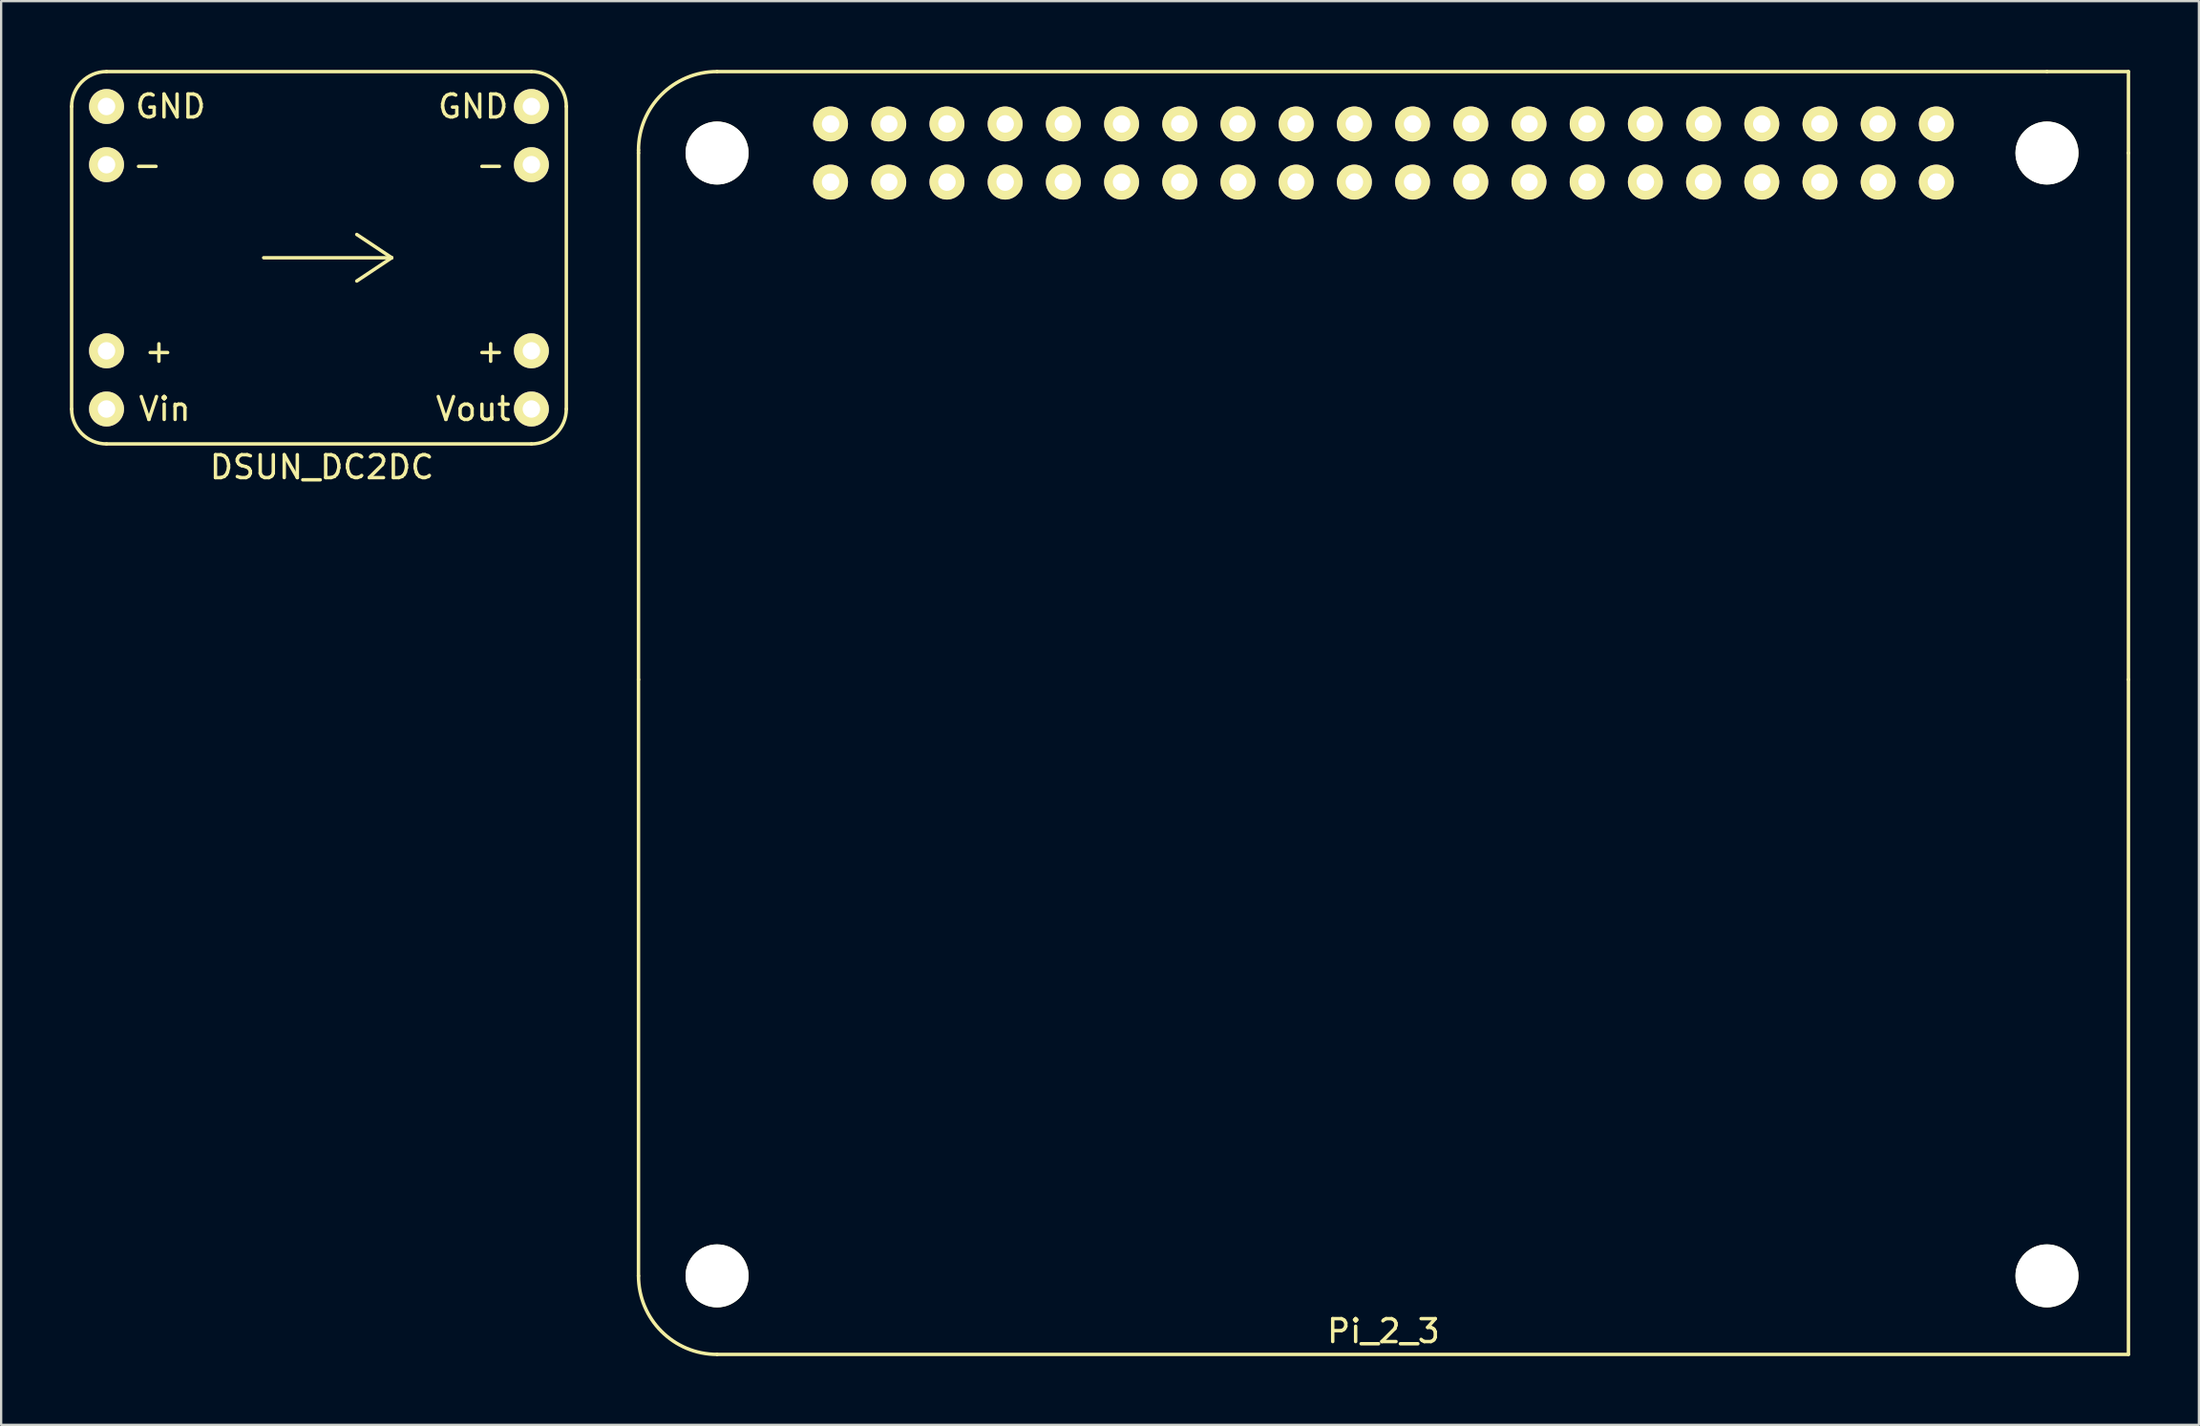
<source format=kicad_pcb>
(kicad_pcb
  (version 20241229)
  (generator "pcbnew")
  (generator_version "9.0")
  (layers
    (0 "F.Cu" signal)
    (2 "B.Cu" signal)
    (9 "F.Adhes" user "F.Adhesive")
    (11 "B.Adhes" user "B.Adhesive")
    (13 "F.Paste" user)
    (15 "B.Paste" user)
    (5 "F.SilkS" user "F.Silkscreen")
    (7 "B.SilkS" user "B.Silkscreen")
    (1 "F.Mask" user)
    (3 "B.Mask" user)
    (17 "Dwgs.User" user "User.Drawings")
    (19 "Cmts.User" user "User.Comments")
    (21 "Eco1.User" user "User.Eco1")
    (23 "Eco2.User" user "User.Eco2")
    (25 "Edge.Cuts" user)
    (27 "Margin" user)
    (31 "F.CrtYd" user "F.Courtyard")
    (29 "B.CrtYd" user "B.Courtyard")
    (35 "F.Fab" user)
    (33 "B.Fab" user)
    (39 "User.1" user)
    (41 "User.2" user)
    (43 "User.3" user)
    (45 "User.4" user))
  (footprint "Pi_2_3"
    (layer "F.Cu")
    (at 57.327 13.283)
    (property "Reference" "Pi_2_3" (at 0 41.783 0) (layer "F.SilkS") (effects (font (size 1 1) (thickness 0.15))))
    (attr through_hole)
    (fp_line (start -32.512 -9.779) (end -32.512 -9.652) (stroke (width 0.15) (type solid)) (layer "F.SilkS"))
    (fp_line (start -32.512 -9.652) (end -32.512 13.335) (stroke (width 0.15) (type solid)) (layer "F.SilkS"))
    (fp_line (start -32.512 39.37) (end -32.512 13.335) (stroke (width 0.15) (type solid)) (layer "F.SilkS"))
    (fp_line (start -29.083 -13.208) (end 28.956 -13.208) (stroke (width 0.15) (type solid)) (layer "F.SilkS"))
    (fp_line (start -29.083 42.799) (end 32.512 42.799) (stroke (width 0.15) (type solid)) (layer "F.SilkS"))
    (fp_line (start 32.512 -13.208) (end 28.956 -13.208) (stroke (width 0.15) (type solid)) (layer "F.SilkS"))
    (fp_line (start 32.512 -9.652) (end 32.512 -13.208) (stroke (width 0.15) (type solid)) (layer "F.SilkS"))
    (fp_line (start 32.512 -9.652) (end 32.512 13.335) (stroke (width 0.15) (type solid)) (layer "F.SilkS"))
    (fp_line (start 32.512 42.799) (end 32.512 13.335) (stroke (width 0.15) (type solid)) (layer "F.SilkS"))
    (fp_arc (start -32.512 -9.779) (mid -31.507669 -12.203669) (end -29.083 -13.208) (stroke (width 0.15) (type solid)) (layer "F.SilkS"))
    (fp_arc (start -29.083 42.799) (mid -31.507669 41.794669) (end -32.512 39.37) (stroke (width 0.15) (type solid)) (layer "F.SilkS"))
    (pad "" np_thru_hole circle (at -29.083 -9.652) (size 2.75 2.75) (drill 2.75) (layers "*.Cu" "*.Mask" "F.SilkS"))
    (pad "" np_thru_hole circle (at -29.083 39.37) (size 2.75 2.75) (drill 2.75) (layers "*.Cu" "*.Mask" "F.SilkS"))
    (pad "" np_thru_hole circle (at 28.956 -9.652) (size 2.75 2.75) (drill 2.75) (layers "*.Cu" "*.Mask" "F.SilkS"))
    (pad "" np_thru_hole circle (at 28.956 39.37) (size 2.75 2.75) (drill 2.75) (layers "*.Cu" "*.Mask" "F.SilkS"))
    (pad "1" thru_hole circle (at -24.13 -8.382) (size 1.524 1.524) (drill 0.762) (layers "*.Cu" "*.Mask" "F.SilkS"))
    (pad "2" thru_hole circle (at -24.13 -10.922) (size 1.524 1.524) (drill 0.762) (layers "*.Cu" "*.Mask" "F.SilkS"))
    (pad "3" thru_hole circle (at -21.59 -8.382) (size 1.524 1.524) (drill 0.762) (layers "*.Cu" "*.Mask" "F.SilkS"))
    (pad "4" thru_hole circle (at -21.59 -10.922) (size 1.524 1.524) (drill 0.762) (layers "*.Cu" "*.Mask" "F.SilkS"))
    (pad "5" thru_hole circle (at -19.05 -8.382) (size 1.524 1.524) (drill 0.762) (layers "*.Cu" "*.Mask" "F.SilkS"))
    (pad "6" thru_hole circle (at -19.05 -10.922) (size 1.524 1.524) (drill 0.762) (layers "*.Cu" "*.Mask" "F.SilkS"))
    (pad "7" thru_hole circle (at -16.51 -8.382) (size 1.524 1.524) (drill 0.762) (layers "*.Cu" "*.Mask" "F.SilkS"))
    (pad "8" thru_hole circle (at -16.51 -10.922) (size 1.524 1.524) (drill 0.762) (layers "*.Cu" "*.Mask" "F.SilkS"))
    (pad "9" thru_hole circle (at -13.97 -8.382) (size 1.524 1.524) (drill 0.762) (layers "*.Cu" "*.Mask" "F.SilkS"))
    (pad "10" thru_hole circle (at -13.97 -10.922) (size 1.524 1.524) (drill 0.762) (layers "*.Cu" "*.Mask" "F.SilkS"))
    (pad "11" thru_hole circle (at -11.43 -8.382) (size 1.524 1.524) (drill 0.762) (layers "*.Cu" "*.Mask" "F.SilkS"))
    (pad "12" thru_hole circle (at -11.43 -10.922) (size 1.524 1.524) (drill 0.762) (layers "*.Cu" "*.Mask" "F.SilkS"))
    (pad "13" thru_hole circle (at -8.89 -8.382) (size 1.524 1.524) (drill 0.762) (layers "*.Cu" "*.Mask" "F.SilkS"))
    (pad "14" thru_hole circle (at -8.89 -10.922) (size 1.524 1.524) (drill 0.762) (layers "*.Cu" "*.Mask" "F.SilkS"))
    (pad "15" thru_hole circle (at -6.35 -8.382) (size 1.524 1.524) (drill 0.762) (layers "*.Cu" "*.Mask" "F.SilkS"))
    (pad "16" thru_hole circle (at -6.35 -10.922) (size 1.524 1.524) (drill 0.762) (layers "*.Cu" "*.Mask" "F.SilkS"))
    (pad "17" thru_hole circle (at -3.81 -8.382) (size 1.524 1.524) (drill 0.762) (layers "*.Cu" "*.Mask" "F.SilkS"))
    (pad "18" thru_hole circle (at -3.81 -10.922) (size 1.524 1.524) (drill 0.762) (layers "*.Cu" "*.Mask" "F.SilkS"))
    (pad "19" thru_hole circle (at -1.27 -8.382) (size 1.524 1.524) (drill 0.762) (layers "*.Cu" "*.Mask" "F.SilkS"))
    (pad "20" thru_hole circle (at -1.27 -10.922) (size 1.524 1.524) (drill 0.762) (layers "*.Cu" "*.Mask" "F.SilkS"))
    (pad "21" thru_hole circle (at 1.27 -8.382) (size 1.524 1.524) (drill 0.762) (layers "*.Cu" "*.Mask" "F.SilkS"))
    (pad "22" thru_hole circle (at 1.27 -10.922) (size 1.524 1.524) (drill 0.762) (layers "*.Cu" "*.Mask" "F.SilkS"))
    (pad "23" thru_hole circle (at 3.81 -8.382) (size 1.524 1.524) (drill 0.762) (layers "*.Cu" "*.Mask" "F.SilkS"))
    (pad "24" thru_hole circle (at 3.81 -10.922) (size 1.524 1.524) (drill 0.762) (layers "*.Cu" "*.Mask" "F.SilkS"))
    (pad "25" thru_hole circle (at 6.35 -8.382) (size 1.524 1.524) (drill 0.762) (layers "*.Cu" "*.Mask" "F.SilkS"))
    (pad "26" thru_hole circle (at 6.35 -10.922) (size 1.524 1.524) (drill 0.762) (layers "*.Cu" "*.Mask" "F.SilkS"))
    (pad "27" thru_hole circle (at 8.89 -8.382) (size 1.524 1.524) (drill 0.762) (layers "*.Cu" "*.Mask" "F.SilkS"))
    (pad "28" thru_hole circle (at 8.89 -10.922) (size 1.524 1.524) (drill 0.762) (layers "*.Cu" "*.Mask" "F.SilkS"))
    (pad "29" thru_hole circle (at 11.43 -8.382) (size 1.524 1.524) (drill 0.762) (layers "*.Cu" "*.Mask" "F.SilkS"))
    (pad "30" thru_hole circle (at 11.43 -10.922) (size 1.524 1.524) (drill 0.762) (layers "*.Cu" "*.Mask" "F.SilkS"))
    (pad "31" thru_hole circle (at 13.97 -8.382) (size 1.524 1.524) (drill 0.762) (layers "*.Cu" "*.Mask" "F.SilkS"))
    (pad "32" thru_hole circle (at 13.97 -10.922) (size 1.524 1.524) (drill 0.762) (layers "*.Cu" "*.Mask" "F.SilkS"))
    (pad "33" thru_hole circle (at 16.51 -8.382) (size 1.524 1.524) (drill 0.762) (layers "*.Cu" "*.Mask" "F.SilkS"))
    (pad "34" thru_hole circle (at 16.51 -10.922) (size 1.524 1.524) (drill 0.762) (layers "*.Cu" "*.Mask" "F.SilkS"))
    (pad "35" thru_hole circle (at 19.05 -8.382) (size 1.524 1.524) (drill 0.762) (layers "*.Cu" "*.Mask" "F.SilkS"))
    (pad "36" thru_hole circle (at 19.05 -10.922) (size 1.524 1.524) (drill 0.762) (layers "*.Cu" "*.Mask" "F.SilkS"))
    (pad "37" thru_hole circle (at 21.59 -8.382) (size 1.524 1.524) (drill 0.762) (layers "*.Cu" "*.Mask" "F.SilkS"))
    (pad "38" thru_hole circle (at 21.59 -10.922) (size 1.524 1.524) (drill 0.762) (layers "*.Cu" "*.Mask" "F.SilkS"))
    (pad "39" thru_hole circle (at 24.13 -8.382) (size 1.524 1.524) (drill 0.762) (layers "*.Cu" "*.Mask" "F.SilkS"))
    (pad "40" thru_hole circle (at 24.13 -10.922) (size 1.524 1.524) (drill 0.762) (layers "*.Cu" "*.Mask" "F.SilkS")))
  (footprint "DSUN_DC2DC"
    (layer "F.Cu")
    (at 10.997 8.203)
    (property "Reference" "DSUN_DC2DC" (at 0 9.144 0) (layer "F.SilkS") (effects (font (size 1 1) (thickness 0.15))))
    (attr through_hole)
    (fp_line (start -10.922 -6.604) (end -10.922 6.604) (stroke (width 0.15) (type solid)) (layer "F.SilkS"))
    (fp_line (start -9.398 -8.128) (end 9.144 -8.128) (stroke (width 0.15) (type solid)) (layer "F.SilkS"))
    (fp_line (start -9.398 8.128) (end 9.144 8.128) (stroke (width 0.15) (type solid)) (layer "F.SilkS"))
    (fp_line (start -2.54 0) (end 3.048 0) (stroke (width 0.15) (type solid)) (layer "F.SilkS"))
    (fp_line (start 3.048 0) (end 1.524 -1.016) (stroke (width 0.15) (type solid)) (layer "F.SilkS"))
    (fp_line (start 3.048 0) (end 1.524 1.016) (stroke (width 0.15) (type solid)) (layer "F.SilkS"))
    (fp_line (start 10.668 6.604) (end 10.668 -6.604) (stroke (width 0.15) (type solid)) (layer "F.SilkS"))
    (fp_arc (start -10.922 -6.604) (mid -10.475631 -7.681631) (end -9.398 -8.128) (stroke (width 0.15) (type solid)) (layer "F.SilkS"))
    (fp_arc (start -9.398 8.128) (mid -10.475631 7.681631) (end -10.922 6.604) (stroke (width 0.15) (type solid)) (layer "F.SilkS"))
    (fp_arc (start 9.144 -8.128) (mid 10.221631 -7.681631) (end 10.668 -6.604) (stroke (width 0.15) (type solid)) (layer "F.SilkS"))
    (fp_arc (start 10.668 6.604) (mid 10.221631 7.681631) (end 9.144 8.128) (stroke (width 0.15) (type solid)) (layer "F.SilkS"))
    (fp_text user "-" (at -7.62 -4.064 0) (layer "F.SilkS") (effects (font (size 1 1) (thickness 0.15))))
    (fp_text user "+" (at -7.112 4.064 0) (layer "F.SilkS") (effects (font (size 1 1) (thickness 0.15))))
    (fp_text user "Vout" (at 6.604 6.604 0) (layer "F.SilkS") (effects (font (size 1 1) (thickness 0.15))))
    (fp_text user "Vin" (at -6.858 6.604 0) (layer "F.SilkS") (effects (font (size 1 1) (thickness 0.15))))
    (fp_text user "GND" (at -6.604 -6.604 0) (layer "F.SilkS") (effects (font (size 1 1) (thickness 0.15))))
    (fp_text user "GND" (at 6.604 -6.604 0) (layer "F.SilkS") (effects (font (size 1 1) (thickness 0.15))))
    (fp_text user "-" (at 7.366 -4.064 0) (layer "F.SilkS") (effects (font (size 1 1) (thickness 0.15))))
    (fp_text user "+" (at 7.366 4.064 0) (layer "F.SilkS") (effects (font (size 1 1) (thickness 0.15))))
    (pad "1" thru_hole circle (at -9.398 -6.604) (size 1.524 1.524) (drill 0.762) (layers "*.Cu" "*.Mask" "F.SilkS"))
    (pad "2" thru_hole circle (at -9.398 -4.064) (size 1.524 1.524) (drill 0.762) (layers "*.Cu" "*.Mask" "F.SilkS"))
    (pad "3" thru_hole circle (at -9.398 4.064) (size 1.524 1.524) (drill 0.762) (layers "*.Cu" "*.Mask" "F.SilkS"))
    (pad "4" thru_hole circle (at -9.398 6.604) (size 1.524 1.524) (drill 0.762) (layers "*.Cu" "*.Mask" "F.SilkS"))
    (pad "5" thru_hole circle (at 9.144 6.604) (size 1.524 1.524) (drill 0.762) (layers "*.Cu" "*.Mask" "F.SilkS"))
    (pad "6" thru_hole circle (at 9.144 4.064) (size 1.524 1.524) (drill 0.762) (layers "*.Cu" "*.Mask" "F.SilkS"))
    (pad "7" thru_hole circle (at 9.144 -4.064) (size 1.524 1.524) (drill 0.762) (layers "*.Cu" "*.Mask" "F.SilkS"))
    (pad "8" thru_hole circle (at 9.144 -6.604) (size 1.524 1.524) (drill 0.762) (layers "*.Cu" "*.Mask" "F.SilkS")))
  (gr_rect
    (start -3 -3)
    (end 92.914 59.157)
    (stroke (width 0.1) (type default))
    (fill no)
    (layer "Edge.Cuts")))
</source>
